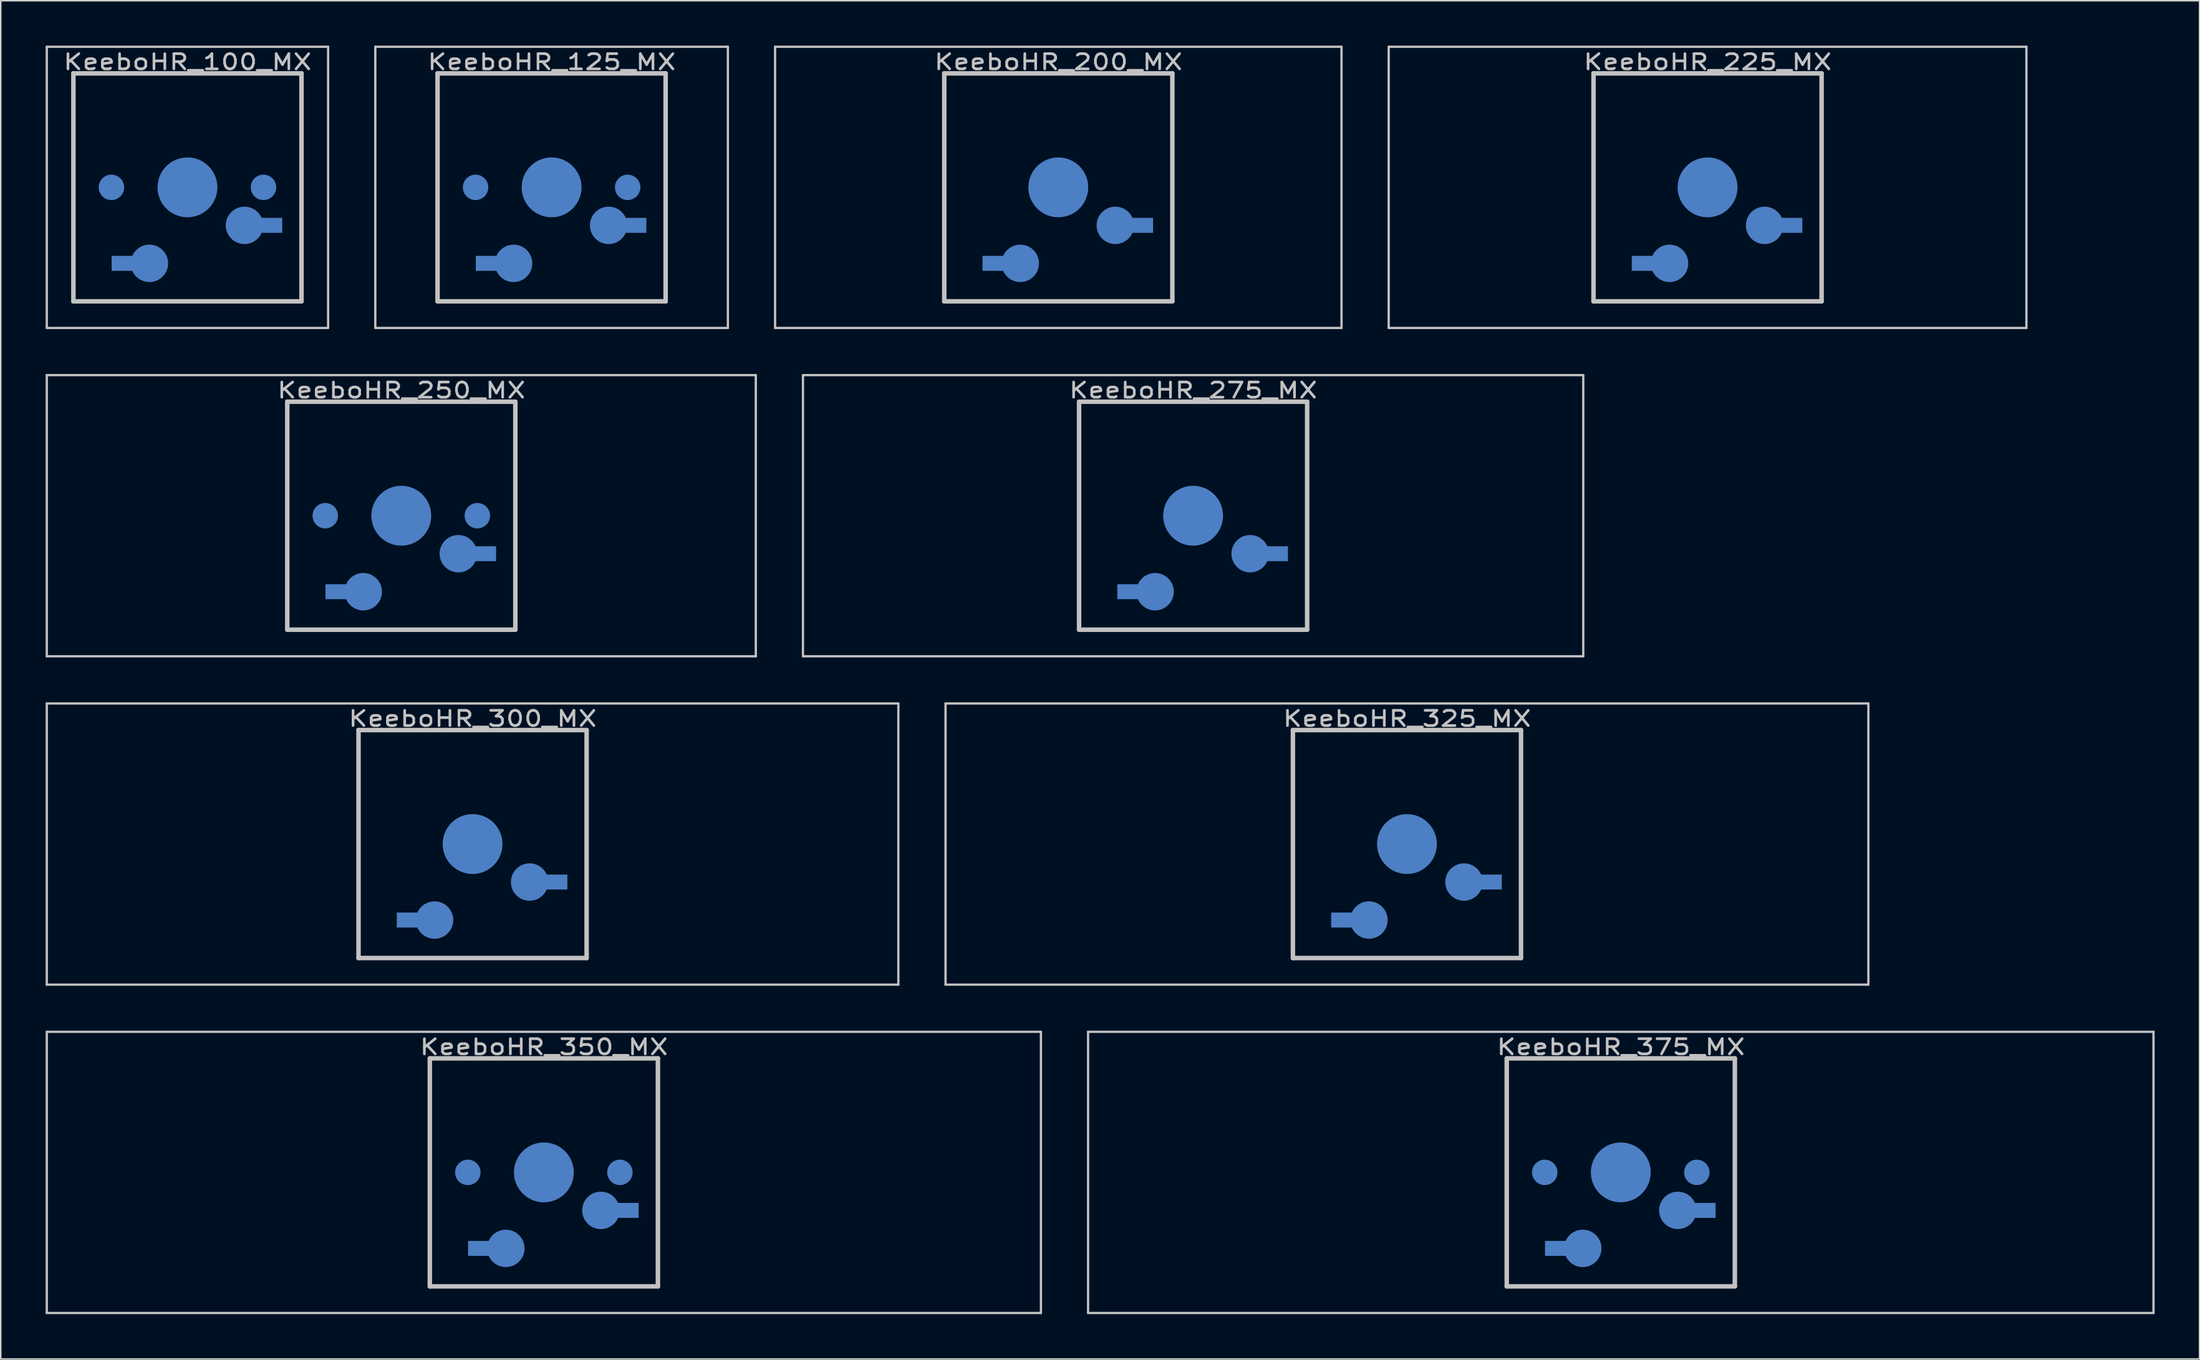
<source format=kicad_pcb>
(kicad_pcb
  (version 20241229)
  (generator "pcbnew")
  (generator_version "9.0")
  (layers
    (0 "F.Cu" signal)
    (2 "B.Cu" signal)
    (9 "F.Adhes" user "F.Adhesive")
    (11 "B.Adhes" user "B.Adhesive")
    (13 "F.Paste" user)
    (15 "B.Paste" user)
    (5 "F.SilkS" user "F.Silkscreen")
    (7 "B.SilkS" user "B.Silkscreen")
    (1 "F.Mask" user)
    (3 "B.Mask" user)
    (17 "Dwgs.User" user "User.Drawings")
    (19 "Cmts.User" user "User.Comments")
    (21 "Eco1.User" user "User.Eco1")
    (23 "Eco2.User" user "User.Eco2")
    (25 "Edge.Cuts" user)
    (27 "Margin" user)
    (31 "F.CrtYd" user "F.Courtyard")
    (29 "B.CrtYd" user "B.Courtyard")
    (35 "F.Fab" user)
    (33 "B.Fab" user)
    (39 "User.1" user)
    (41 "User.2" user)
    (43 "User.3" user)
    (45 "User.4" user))
  (footprint "KeeboHR_200_MX"
    (layer "B.Cu")
    (at 67.659 9.474)
    (property "Reference" "KeeboHR_200_MX" (at 0 -8.382 0) (layer "Dwgs.User") (effects (font (size 1.016 1.27) (thickness 0.178))))
    (attr through_hole)
    (fp_line (start -18.923 -9.398) (end 18.923 -9.398) (stroke (width 0.152) (type solid)) (layer "Dwgs.User"))
    (fp_line (start -18.923 9.398) (end -18.923 -9.398) (stroke (width 0.152) (type solid)) (layer "Dwgs.User"))
    (fp_line (start -7.62 -7.62) (end 7.62 -7.62) (stroke (width 0.3) (type solid)) (layer "Dwgs.User"))
    (fp_line (start -7.62 7.62) (end -7.62 -7.62) (stroke (width 0.3) (type solid)) (layer "Dwgs.User"))
    (fp_line (start 7.62 -7.62) (end 7.62 7.62) (stroke (width 0.3) (type solid)) (layer "Dwgs.User"))
    (fp_line (start 7.62 7.62) (end -7.62 7.62) (stroke (width 0.3) (type solid)) (layer "Dwgs.User"))
    (fp_line (start 18.923 -9.398) (end 18.923 9.398) (stroke (width 0.152) (type solid)) (layer "Dwgs.User"))
    (fp_line (start 18.923 9.398) (end -18.923 9.398) (stroke (width 0.152) (type solid)) (layer "Dwgs.User"))
    (pad "" smd circle (at 0 0) (size 4 4) (layers "B.Cu" "B.Mask"))
    (pad "1" smd circle (at 3.81 2.54) (size 2.5 2.5) (layers "B.Cu" "B.Mask"))
    (pad "1" smd rect (at 5.334 2.54) (size 2 1) (layers "B.Cu" "B.Mask"))
    (pad "2" smd rect (at -4.064 5.08) (size 2 1) (layers "B.Cu" "B.Mask"))
    (pad "2" smd circle (at -2.54 5.08) (size 2.5 2.5) (layers "B.Cu" "B.Mask")))
  (footprint "KeeboHR_250_MX"
    (layer "B.Cu")
    (at 23.762 31.423)
    (property "Reference" "KeeboHR_250_MX" (at 0 -8.382 0) (layer "Dwgs.User") (effects (font (size 1.016 1.27) (thickness 0.178))))
    (attr through_hole)
    (fp_line (start -23.686 -9.398) (end 23.686 -9.398) (stroke (width 0.152) (type solid)) (layer "Dwgs.User"))
    (fp_line (start -23.686 9.398) (end -23.686 -9.398) (stroke (width 0.152) (type solid)) (layer "Dwgs.User"))
    (fp_line (start -7.62 -7.62) (end 7.62 -7.62) (stroke (width 0.3) (type solid)) (layer "Dwgs.User"))
    (fp_line (start -7.62 7.62) (end -7.62 -7.62) (stroke (width 0.3) (type solid)) (layer "Dwgs.User"))
    (fp_line (start 7.62 -7.62) (end 7.62 7.62) (stroke (width 0.3) (type solid)) (layer "Dwgs.User"))
    (fp_line (start 7.62 7.62) (end -7.62 7.62) (stroke (width 0.3) (type solid)) (layer "Dwgs.User"))
    (fp_line (start 23.686 -9.398) (end 23.686 9.398) (stroke (width 0.152) (type solid)) (layer "Dwgs.User"))
    (fp_line (start 23.686 9.398) (end -23.686 9.398) (stroke (width 0.152) (type solid)) (layer "Dwgs.User"))
    (pad "" smd circle (at -5.08 0) (size 1.7 1.7) (layers "B.Cu" "B.Mask"))
    (pad "" smd circle (at 0 0) (size 4 4) (layers "B.Cu" "B.Mask"))
    (pad "" smd circle (at 5.08 0) (size 1.7 1.7) (layers "B.Cu" "B.Mask"))
    (pad "1" smd circle (at 3.81 2.54) (size 2.5 2.5) (layers "B.Cu" "B.Mask"))
    (pad "1" smd rect (at 5.334 2.54) (size 2 1) (layers "B.Cu" "B.Mask"))
    (pad "2" smd rect (at -4.064 5.08) (size 2 1) (layers "B.Cu" "B.Mask"))
    (pad "2" smd circle (at -2.54 5.08) (size 2.5 2.5) (layers "B.Cu" "B.Mask")))
  (footprint "KeeboHR_300_MX"
    (layer "B.Cu")
    (at 28.524 53.371)
    (property "Reference" "KeeboHR_300_MX" (at 0 -8.382 0) (layer "Dwgs.User") (effects (font (size 1.016 1.27) (thickness 0.178))))
    (attr through_hole)
    (fp_line (start -28.448 -9.398) (end 28.448 -9.398) (stroke (width 0.152) (type solid)) (layer "Dwgs.User"))
    (fp_line (start -28.448 9.398) (end -28.448 -9.398) (stroke (width 0.152) (type solid)) (layer "Dwgs.User"))
    (fp_line (start -7.62 -7.62) (end 7.62 -7.62) (stroke (width 0.3) (type solid)) (layer "Dwgs.User"))
    (fp_line (start -7.62 7.62) (end -7.62 -7.62) (stroke (width 0.3) (type solid)) (layer "Dwgs.User"))
    (fp_line (start 7.62 -7.62) (end 7.62 7.62) (stroke (width 0.3) (type solid)) (layer "Dwgs.User"))
    (fp_line (start 7.62 7.62) (end -7.62 7.62) (stroke (width 0.3) (type solid)) (layer "Dwgs.User"))
    (fp_line (start 28.448 -9.398) (end 28.448 9.398) (stroke (width 0.152) (type solid)) (layer "Dwgs.User"))
    (fp_line (start 28.448 9.398) (end -28.448 9.398) (stroke (width 0.152) (type solid)) (layer "Dwgs.User"))
    (pad "" smd circle (at 0 0) (size 4 4) (layers "B.Cu" "B.Mask"))
    (pad "1" smd circle (at 3.81 2.54) (size 2.5 2.5) (layers "B.Cu" "B.Mask"))
    (pad "1" smd rect (at 5.334 2.54) (size 2 1) (layers "B.Cu" "B.Mask"))
    (pad "2" smd rect (at -4.064 5.08) (size 2 1) (layers "B.Cu" "B.Mask"))
    (pad "2" smd circle (at -2.54 5.08) (size 2.5 2.5) (layers "B.Cu" "B.Mask")))
  (footprint "KeeboHR_125_MX"
    (layer "B.Cu")
    (at 33.804 9.474)
    (property "Reference" "KeeboHR_125_MX" (at 0 -8.382 0) (layer "Dwgs.User") (effects (font (size 1.016 1.27) (thickness 0.178))))
    (attr through_hole)
    (fp_line (start -11.779 -9.398) (end 11.779 -9.398) (stroke (width 0.152) (type solid)) (layer "Dwgs.User"))
    (fp_line (start -11.779 9.398) (end -11.779 -9.398) (stroke (width 0.152) (type solid)) (layer "Dwgs.User"))
    (fp_line (start -7.62 -7.62) (end 7.62 -7.62) (stroke (width 0.3) (type solid)) (layer "Dwgs.User"))
    (fp_line (start -7.62 7.62) (end -7.62 -7.62) (stroke (width 0.3) (type solid)) (layer "Dwgs.User"))
    (fp_line (start 7.62 -7.62) (end 7.62 7.62) (stroke (width 0.3) (type solid)) (layer "Dwgs.User"))
    (fp_line (start 7.62 7.62) (end -7.62 7.62) (stroke (width 0.3) (type solid)) (layer "Dwgs.User"))
    (fp_line (start 11.779 -9.398) (end 11.779 9.398) (stroke (width 0.152) (type solid)) (layer "Dwgs.User"))
    (fp_line (start 11.779 9.398) (end -11.779 9.398) (stroke (width 0.152) (type solid)) (layer "Dwgs.User"))
    (pad "" smd circle (at -5.08 0) (size 1.7 1.7) (layers "B.Cu" "B.Mask"))
    (pad "" smd circle (at 0 0) (size 4 4) (layers "B.Cu" "B.Mask"))
    (pad "" smd circle (at 5.08 0) (size 1.7 1.7) (layers "B.Cu" "B.Mask"))
    (pad "1" smd circle (at 3.81 2.54) (size 2.5 2.5) (layers "B.Cu" "B.Mask"))
    (pad "1" smd rect (at 5.334 2.54) (size 2 1) (layers "B.Cu" "B.Mask"))
    (pad "2" smd rect (at -4.064 5.08) (size 2 1) (layers "B.Cu" "B.Mask"))
    (pad "2" smd circle (at -2.54 5.08) (size 2.5 2.5) (layers "B.Cu" "B.Mask")))
  (footprint "KeeboHR_350_MX"
    (layer "B.Cu")
    (at 33.287 75.319)
    (property "Reference" "KeeboHR_350_MX" (at 0 -8.382 0) (layer "Dwgs.User") (effects (font (size 1.016 1.27) (thickness 0.178))))
    (attr through_hole)
    (fp_line (start -33.211 -9.398) (end 33.211 -9.398) (stroke (width 0.152) (type solid)) (layer "Dwgs.User"))
    (fp_line (start -33.211 9.398) (end -33.211 -9.398) (stroke (width 0.152) (type solid)) (layer "Dwgs.User"))
    (fp_line (start -7.62 -7.62) (end 7.62 -7.62) (stroke (width 0.3) (type solid)) (layer "Dwgs.User"))
    (fp_line (start -7.62 7.62) (end -7.62 -7.62) (stroke (width 0.3) (type solid)) (layer "Dwgs.User"))
    (fp_line (start 7.62 -7.62) (end 7.62 7.62) (stroke (width 0.3) (type solid)) (layer "Dwgs.User"))
    (fp_line (start 7.62 7.62) (end -7.62 7.62) (stroke (width 0.3) (type solid)) (layer "Dwgs.User"))
    (fp_line (start 33.211 -9.398) (end 33.211 9.398) (stroke (width 0.152) (type solid)) (layer "Dwgs.User"))
    (fp_line (start 33.211 9.398) (end -33.211 9.398) (stroke (width 0.152) (type solid)) (layer "Dwgs.User"))
    (pad "" smd circle (at -5.08 0) (size 1.7 1.7) (layers "B.Cu" "B.Mask"))
    (pad "" smd circle (at 0 0) (size 4 4) (layers "B.Cu" "B.Mask"))
    (pad "" smd circle (at 5.08 0) (size 1.7 1.7) (layers "B.Cu" "B.Mask"))
    (pad "1" smd circle (at 3.81 2.54) (size 2.5 2.5) (layers "B.Cu" "B.Mask"))
    (pad "1" smd rect (at 5.334 2.54) (size 2 1) (layers "B.Cu" "B.Mask"))
    (pad "2" smd rect (at -4.064 5.08) (size 2 1) (layers "B.Cu" "B.Mask"))
    (pad "2" smd circle (at -2.54 5.08) (size 2.5 2.5) (layers "B.Cu" "B.Mask")))
  (footprint "KeeboHR_375_MX"
    (layer "B.Cu")
    (at 105.241 75.319)
    (property "Reference" "KeeboHR_375_MX" (at 0 -8.382 0) (layer "Dwgs.User") (effects (font (size 1.016 1.27) (thickness 0.178))))
    (attr through_hole)
    (fp_line (start -35.592 -9.398) (end 35.592 -9.398) (stroke (width 0.152) (type solid)) (layer "Dwgs.User"))
    (fp_line (start -35.592 9.398) (end -35.592 -9.398) (stroke (width 0.152) (type solid)) (layer "Dwgs.User"))
    (fp_line (start -7.62 -7.62) (end 7.62 -7.62) (stroke (width 0.3) (type solid)) (layer "Dwgs.User"))
    (fp_line (start -7.62 7.62) (end -7.62 -7.62) (stroke (width 0.3) (type solid)) (layer "Dwgs.User"))
    (fp_line (start 7.62 -7.62) (end 7.62 7.62) (stroke (width 0.3) (type solid)) (layer "Dwgs.User"))
    (fp_line (start 7.62 7.62) (end -7.62 7.62) (stroke (width 0.3) (type solid)) (layer "Dwgs.User"))
    (fp_line (start 35.592 -9.398) (end 35.592 9.398) (stroke (width 0.152) (type solid)) (layer "Dwgs.User"))
    (fp_line (start 35.592 9.398) (end -35.592 9.398) (stroke (width 0.152) (type solid)) (layer "Dwgs.User"))
    (pad "" smd circle (at -5.08 0) (size 1.7 1.7) (layers "B.Cu" "B.Mask"))
    (pad "" smd circle (at 0 0) (size 4 4) (layers "B.Cu" "B.Mask"))
    (pad "" smd circle (at 5.08 0) (size 1.7 1.7) (layers "B.Cu" "B.Mask"))
    (pad "1" smd circle (at 3.81 2.54) (size 2.5 2.5) (layers "B.Cu" "B.Mask"))
    (pad "1" smd rect (at 5.334 2.54) (size 2 1) (layers "B.Cu" "B.Mask"))
    (pad "2" smd rect (at -4.064 5.08) (size 2 1) (layers "B.Cu" "B.Mask"))
    (pad "2" smd circle (at -2.54 5.08) (size 2.5 2.5) (layers "B.Cu" "B.Mask")))
  (footprint "KeeboHR_275_MX"
    (layer "B.Cu")
    (at 76.666 31.423)
    (property "Reference" "KeeboHR_275_MX" (at 0 -8.382 0) (layer "Dwgs.User") (effects (font (size 1.016 1.27) (thickness 0.178))))
    (attr through_hole)
    (fp_line (start -26.067 -9.398) (end 26.067 -9.398) (stroke (width 0.152) (type solid)) (layer "Dwgs.User"))
    (fp_line (start -26.067 9.398) (end -26.067 -9.398) (stroke (width 0.152) (type solid)) (layer "Dwgs.User"))
    (fp_line (start -7.62 -7.62) (end 7.62 -7.62) (stroke (width 0.3) (type solid)) (layer "Dwgs.User"))
    (fp_line (start -7.62 7.62) (end -7.62 -7.62) (stroke (width 0.3) (type solid)) (layer "Dwgs.User"))
    (fp_line (start 7.62 -7.62) (end 7.62 7.62) (stroke (width 0.3) (type solid)) (layer "Dwgs.User"))
    (fp_line (start 7.62 7.62) (end -7.62 7.62) (stroke (width 0.3) (type solid)) (layer "Dwgs.User"))
    (fp_line (start 26.067 -9.398) (end 26.067 9.398) (stroke (width 0.152) (type solid)) (layer "Dwgs.User"))
    (fp_line (start 26.067 9.398) (end -26.067 9.398) (stroke (width 0.152) (type solid)) (layer "Dwgs.User"))
    (pad "" smd circle (at 0 0) (size 4 4) (layers "B.Cu" "B.Mask"))
    (pad "1" smd circle (at 3.81 2.54) (size 2.5 2.5) (layers "B.Cu" "B.Mask"))
    (pad "1" smd rect (at 5.334 2.54) (size 2 1) (layers "B.Cu" "B.Mask"))
    (pad "2" smd rect (at -4.064 5.08) (size 2 1) (layers "B.Cu" "B.Mask"))
    (pad "2" smd circle (at -2.54 5.08) (size 2.5 2.5) (layers "B.Cu" "B.Mask")))
  (footprint "KeeboHR_100_MX"
    (layer "B.Cu")
    (at 9.474 9.474)
    (property "Reference" "KeeboHR_100_MX" (at 0 -8.382 0) (layer "Dwgs.User") (effects (font (size 1.016 1.27) (thickness 0.178))))
    (attr through_hole)
    (fp_line (start -9.398 -9.398) (end 9.398 -9.398) (stroke (width 0.152) (type solid)) (layer "Dwgs.User"))
    (fp_line (start -9.398 9.398) (end -9.398 -9.398) (stroke (width 0.152) (type solid)) (layer "Dwgs.User"))
    (fp_line (start -7.62 -7.62) (end 7.62 -7.62) (stroke (width 0.3) (type solid)) (layer "Dwgs.User"))
    (fp_line (start -7.62 7.62) (end -7.62 -7.62) (stroke (width 0.3) (type solid)) (layer "Dwgs.User"))
    (fp_line (start 7.62 -7.62) (end 7.62 7.62) (stroke (width 0.3) (type solid)) (layer "Dwgs.User"))
    (fp_line (start 7.62 7.62) (end -7.62 7.62) (stroke (width 0.3) (type solid)) (layer "Dwgs.User"))
    (fp_line (start 9.398 -9.398) (end 9.398 9.398) (stroke (width 0.152) (type solid)) (layer "Dwgs.User"))
    (fp_line (start 9.398 9.398) (end -9.398 9.398) (stroke (width 0.152) (type solid)) (layer "Dwgs.User"))
    (pad "" smd circle (at -5.08 0) (size 1.7 1.7) (layers "B.Cu" "B.Mask"))
    (pad "" smd circle (at 0 0) (size 4 4) (layers "B.Cu" "B.Mask"))
    (pad "" smd circle (at 5.08 0) (size 1.7 1.7) (layers "B.Cu" "B.Mask"))
    (pad "1" smd circle (at 3.81 2.54) (size 2.5 2.5) (layers "B.Cu" "B.Mask"))
    (pad "1" smd rect (at 5.334 2.54) (size 2 1) (layers "B.Cu" "B.Mask"))
    (pad "2" smd rect (at -4.064 5.08) (size 2 1) (layers "B.Cu" "B.Mask"))
    (pad "2" smd circle (at -2.54 5.08) (size 2.5 2.5) (layers "B.Cu" "B.Mask")))
  (footprint "KeeboHR_225_MX"
    (layer "B.Cu")
    (at 111.038 9.474)
    (property "Reference" "KeeboHR_225_MX" (at 0 -8.382 0) (layer "Dwgs.User") (effects (font (size 1.016 1.27) (thickness 0.178))))
    (attr through_hole)
    (fp_line (start -21.304 -9.398) (end 21.304 -9.398) (stroke (width 0.152) (type solid)) (layer "Dwgs.User"))
    (fp_line (start -21.304 9.398) (end -21.304 -9.398) (stroke (width 0.152) (type solid)) (layer "Dwgs.User"))
    (fp_line (start -7.62 -7.62) (end 7.62 -7.62) (stroke (width 0.3) (type solid)) (layer "Dwgs.User"))
    (fp_line (start -7.62 7.62) (end -7.62 -7.62) (stroke (width 0.3) (type solid)) (layer "Dwgs.User"))
    (fp_line (start 7.62 -7.62) (end 7.62 7.62) (stroke (width 0.3) (type solid)) (layer "Dwgs.User"))
    (fp_line (start 7.62 7.62) (end -7.62 7.62) (stroke (width 0.3) (type solid)) (layer "Dwgs.User"))
    (fp_line (start 21.304 -9.398) (end 21.304 9.398) (stroke (width 0.152) (type solid)) (layer "Dwgs.User"))
    (fp_line (start 21.304 9.398) (end -21.304 9.398) (stroke (width 0.152) (type solid)) (layer "Dwgs.User"))
    (pad "" smd circle (at 0 0) (size 4 4) (layers "B.Cu" "B.Mask"))
    (pad "1" smd circle (at 3.81 2.54) (size 2.5 2.5) (layers "B.Cu" "B.Mask"))
    (pad "1" smd rect (at 5.334 2.54) (size 2 1) (layers "B.Cu" "B.Mask"))
    (pad "2" smd rect (at -4.064 5.08) (size 2 1) (layers "B.Cu" "B.Mask"))
    (pad "2" smd circle (at -2.54 5.08) (size 2.5 2.5) (layers "B.Cu" "B.Mask")))
  (footprint "KeeboHR_325_MX"
    (layer "B.Cu")
    (at 90.954 53.371)
    (property "Reference" "KeeboHR_325_MX" (at 0 -8.382 0) (layer "Dwgs.User") (effects (font (size 1.016 1.27) (thickness 0.178))))
    (attr through_hole)
    (fp_line (start -30.829 -9.398) (end 30.829 -9.398) (stroke (width 0.152) (type solid)) (layer "Dwgs.User"))
    (fp_line (start -30.829 9.398) (end -30.829 -9.398) (stroke (width 0.152) (type solid)) (layer "Dwgs.User"))
    (fp_line (start -7.62 -7.62) (end 7.62 -7.62) (stroke (width 0.3) (type solid)) (layer "Dwgs.User"))
    (fp_line (start -7.62 7.62) (end -7.62 -7.62) (stroke (width 0.3) (type solid)) (layer "Dwgs.User"))
    (fp_line (start 7.62 -7.62) (end 7.62 7.62) (stroke (width 0.3) (type solid)) (layer "Dwgs.User"))
    (fp_line (start 7.62 7.62) (end -7.62 7.62) (stroke (width 0.3) (type solid)) (layer "Dwgs.User"))
    (fp_line (start 30.829 -9.398) (end 30.829 9.398) (stroke (width 0.152) (type solid)) (layer "Dwgs.User"))
    (fp_line (start 30.829 9.398) (end -30.829 9.398) (stroke (width 0.152) (type solid)) (layer "Dwgs.User"))
    (pad "" smd circle (at 0 0) (size 4 4) (layers "B.Cu" "B.Mask"))
    (pad "1" smd circle (at 3.81 2.54) (size 2.5 2.5) (layers "B.Cu" "B.Mask"))
    (pad "1" smd rect (at 5.334 2.54) (size 2 1) (layers "B.Cu" "B.Mask"))
    (pad "2" smd rect (at -4.064 5.08) (size 2 1) (layers "B.Cu" "B.Mask"))
    (pad "2" smd circle (at -2.54 5.08) (size 2.5 2.5) (layers "B.Cu" "B.Mask")))
  (gr_rect
    (start -3 -3)
    (end 143.909 87.794)
    (stroke (width 0.1) (type default))
    (fill no)
    (layer "Edge.Cuts")))
</source>
